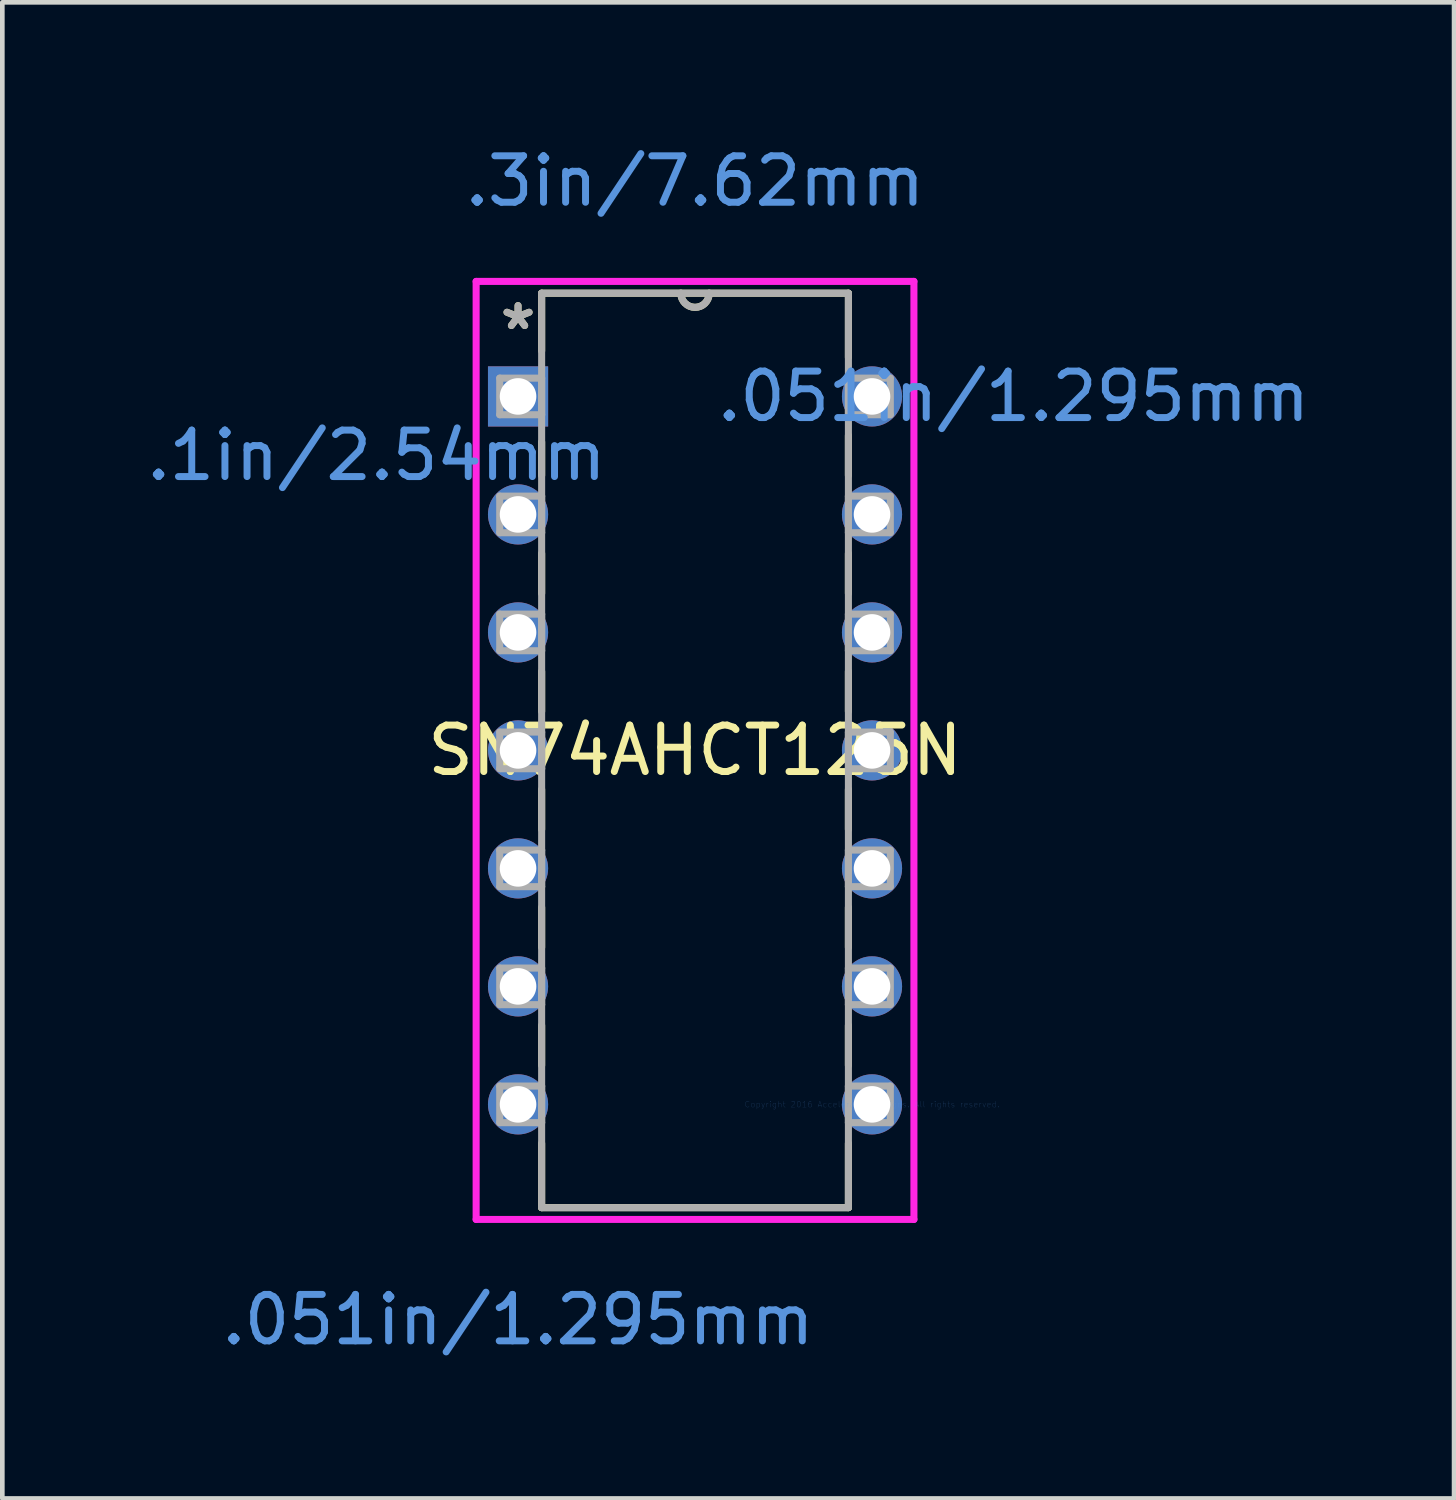
<source format=kicad_pcb>
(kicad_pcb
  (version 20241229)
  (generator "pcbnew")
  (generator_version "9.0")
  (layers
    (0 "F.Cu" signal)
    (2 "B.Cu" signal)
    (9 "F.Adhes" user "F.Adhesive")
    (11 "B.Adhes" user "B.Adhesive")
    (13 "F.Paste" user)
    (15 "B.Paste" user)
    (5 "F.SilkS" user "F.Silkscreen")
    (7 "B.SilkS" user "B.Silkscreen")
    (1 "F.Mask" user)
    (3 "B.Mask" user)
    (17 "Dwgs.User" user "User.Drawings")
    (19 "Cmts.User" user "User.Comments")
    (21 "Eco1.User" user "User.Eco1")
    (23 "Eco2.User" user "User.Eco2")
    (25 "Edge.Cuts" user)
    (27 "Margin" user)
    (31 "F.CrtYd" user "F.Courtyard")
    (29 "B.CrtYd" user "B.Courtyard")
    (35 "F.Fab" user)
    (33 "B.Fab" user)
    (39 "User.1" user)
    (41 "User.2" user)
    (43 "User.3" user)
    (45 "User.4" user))
  (footprint "SN74AHCT125N"
    (layer "F.Cu")
    (at 15.722 20.724)
    (property "Reference" "SN74AHCT125N" (at -3.81 -7.62 0) (layer "F.SilkS") (effects (font (size 1 1) (thickness 0.15))))
    (attr through_hole)
    (fp_line (start -7.112 -17.462) (end -7.112 -16.22) (stroke (width 0.152) (type solid)) (layer "F.SilkS"))
    (fp_line (start -7.112 -14.26) (end -7.112 -13.539) (stroke (width 0.152) (type solid)) (layer "F.SilkS"))
    (fp_line (start -7.112 -11.861) (end -7.112 -10.999) (stroke (width 0.152) (type solid)) (layer "F.SilkS"))
    (fp_line (start -7.112 -9.321) (end -7.112 -8.459) (stroke (width 0.152) (type solid)) (layer "F.SilkS"))
    (fp_line (start -7.112 -6.781) (end -7.112 -5.919) (stroke (width 0.152) (type solid)) (layer "F.SilkS"))
    (fp_line (start -7.112 -4.241) (end -7.112 -3.379) (stroke (width 0.152) (type solid)) (layer "F.SilkS"))
    (fp_line (start -7.112 -1.701) (end -7.112 -0.839) (stroke (width 0.152) (type solid)) (layer "F.SilkS"))
    (fp_line (start -7.112 0.839) (end -7.112 2.223) (stroke (width 0.152) (type solid)) (layer "F.SilkS"))
    (fp_line (start -7.112 2.223) (end -0.508 2.223) (stroke (width 0.152) (type solid)) (layer "F.SilkS"))
    (fp_line (start -0.508 -17.462) (end -7.112 -17.462) (stroke (width 0.152) (type solid)) (layer "F.SilkS"))
    (fp_line (start -0.508 -16.079) (end -0.508 -17.462) (stroke (width 0.152) (type solid)) (layer "F.SilkS"))
    (fp_line (start -0.508 -13.539) (end -0.508 -14.401) (stroke (width 0.152) (type solid)) (layer "F.SilkS"))
    (fp_line (start -0.508 -10.999) (end -0.508 -11.861) (stroke (width 0.152) (type solid)) (layer "F.SilkS"))
    (fp_line (start -0.508 -8.459) (end -0.508 -9.321) (stroke (width 0.152) (type solid)) (layer "F.SilkS"))
    (fp_line (start -0.508 -5.919) (end -0.508 -6.781) (stroke (width 0.152) (type solid)) (layer "F.SilkS"))
    (fp_line (start -0.508 -3.379) (end -0.508 -4.241) (stroke (width 0.152) (type solid)) (layer "F.SilkS"))
    (fp_line (start -0.508 -0.839) (end -0.508 -1.701) (stroke (width 0.152) (type solid)) (layer "F.SilkS"))
    (fp_line (start -0.508 2.223) (end -0.508 0.839) (stroke (width 0.152) (type solid)) (layer "F.SilkS"))
    (fp_arc (start -3.5052 -17.4625) (mid -3.81 -17.1577) (end -4.1148 -17.4625) (stroke (width 0.1524) (type solid)) (layer "F.SilkS"))
    (fp_line (start -8.522 -17.716) (end -8.522 2.477) (stroke (width 0.152) (type solid)) (layer "F.CrtYd"))
    (fp_line (start -8.522 2.477) (end 0.902 2.477) (stroke (width 0.152) (type solid)) (layer "F.CrtYd"))
    (fp_line (start 0.902 -17.716) (end -8.522 -17.716) (stroke (width 0.152) (type solid)) (layer "F.CrtYd"))
    (fp_line (start 0.902 2.477) (end 0.902 -17.716) (stroke (width 0.152) (type solid)) (layer "F.CrtYd"))
    (fp_line (start -8.014 -15.634) (end -8.014 -14.846) (stroke (width 0.152) (type solid)) (layer "F.Fab"))
    (fp_line (start -8.014 -14.846) (end -7.112 -14.846) (stroke (width 0.152) (type solid)) (layer "F.Fab"))
    (fp_line (start -8.014 -13.094) (end -8.014 -12.306) (stroke (width 0.152) (type solid)) (layer "F.Fab"))
    (fp_line (start -8.014 -12.306) (end -7.112 -12.306) (stroke (width 0.152) (type solid)) (layer "F.Fab"))
    (fp_line (start -8.014 -10.554) (end -8.014 -9.766) (stroke (width 0.152) (type solid)) (layer "F.Fab"))
    (fp_line (start -8.014 -9.766) (end -7.112 -9.766) (stroke (width 0.152) (type solid)) (layer "F.Fab"))
    (fp_line (start -8.014 -8.014) (end -8.014 -7.226) (stroke (width 0.152) (type solid)) (layer "F.Fab"))
    (fp_line (start -8.014 -7.226) (end -7.112 -7.226) (stroke (width 0.152) (type solid)) (layer "F.Fab"))
    (fp_line (start -8.014 -5.474) (end -8.014 -4.686) (stroke (width 0.152) (type solid)) (layer "F.Fab"))
    (fp_line (start -8.014 -4.686) (end -7.112 -4.686) (stroke (width 0.152) (type solid)) (layer "F.Fab"))
    (fp_line (start -8.014 -2.934) (end -8.014 -2.146) (stroke (width 0.152) (type solid)) (layer "F.Fab"))
    (fp_line (start -8.014 -2.146) (end -7.112 -2.146) (stroke (width 0.152) (type solid)) (layer "F.Fab"))
    (fp_line (start -8.014 -0.394) (end -8.014 0.394) (stroke (width 0.152) (type solid)) (layer "F.Fab"))
    (fp_line (start -8.014 0.394) (end -7.112 0.394) (stroke (width 0.152) (type solid)) (layer "F.Fab"))
    (fp_line (start -7.112 -17.462) (end -7.112 2.223) (stroke (width 0.152) (type solid)) (layer "F.Fab"))
    (fp_line (start -7.112 -15.634) (end -8.014 -15.634) (stroke (width 0.152) (type solid)) (layer "F.Fab"))
    (fp_line (start -7.112 -14.846) (end -7.112 -15.634) (stroke (width 0.152) (type solid)) (layer "F.Fab"))
    (fp_line (start -7.112 -13.094) (end -8.014 -13.094) (stroke (width 0.152) (type solid)) (layer "F.Fab"))
    (fp_line (start -7.112 -12.306) (end -7.112 -13.094) (stroke (width 0.152) (type solid)) (layer "F.Fab"))
    (fp_line (start -7.112 -10.554) (end -8.014 -10.554) (stroke (width 0.152) (type solid)) (layer "F.Fab"))
    (fp_line (start -7.112 -9.766) (end -7.112 -10.554) (stroke (width 0.152) (type solid)) (layer "F.Fab"))
    (fp_line (start -7.112 -8.014) (end -8.014 -8.014) (stroke (width 0.152) (type solid)) (layer "F.Fab"))
    (fp_line (start -7.112 -7.226) (end -7.112 -8.014) (stroke (width 0.152) (type solid)) (layer "F.Fab"))
    (fp_line (start -7.112 -5.474) (end -8.014 -5.474) (stroke (width 0.152) (type solid)) (layer "F.Fab"))
    (fp_line (start -7.112 -4.686) (end -7.112 -5.474) (stroke (width 0.152) (type solid)) (layer "F.Fab"))
    (fp_line (start -7.112 -2.934) (end -8.014 -2.934) (stroke (width 0.152) (type solid)) (layer "F.Fab"))
    (fp_line (start -7.112 -2.146) (end -7.112 -2.934) (stroke (width 0.152) (type solid)) (layer "F.Fab"))
    (fp_line (start -7.112 -0.394) (end -8.014 -0.394) (stroke (width 0.152) (type solid)) (layer "F.Fab"))
    (fp_line (start -7.112 0.394) (end -7.112 -0.394) (stroke (width 0.152) (type solid)) (layer "F.Fab"))
    (fp_line (start -7.112 2.223) (end -0.508 2.223) (stroke (width 0.152) (type solid)) (layer "F.Fab"))
    (fp_line (start -0.508 -17.462) (end -7.112 -17.462) (stroke (width 0.152) (type solid)) (layer "F.Fab"))
    (fp_line (start -0.508 -15.634) (end -0.508 -14.846) (stroke (width 0.152) (type solid)) (layer "F.Fab"))
    (fp_line (start -0.508 -14.846) (end 0.394 -14.846) (stroke (width 0.152) (type solid)) (layer "F.Fab"))
    (fp_line (start -0.508 -13.094) (end -0.508 -12.306) (stroke (width 0.152) (type solid)) (layer "F.Fab"))
    (fp_line (start -0.508 -12.306) (end 0.394 -12.306) (stroke (width 0.152) (type solid)) (layer "F.Fab"))
    (fp_line (start -0.508 -10.554) (end -0.508 -9.766) (stroke (width 0.152) (type solid)) (layer "F.Fab"))
    (fp_line (start -0.508 -9.766) (end 0.394 -9.766) (stroke (width 0.152) (type solid)) (layer "F.Fab"))
    (fp_line (start -0.508 -8.014) (end -0.508 -7.226) (stroke (width 0.152) (type solid)) (layer "F.Fab"))
    (fp_line (start -0.508 -7.226) (end 0.394 -7.226) (stroke (width 0.152) (type solid)) (layer "F.Fab"))
    (fp_line (start -0.508 -5.474) (end -0.508 -4.686) (stroke (width 0.152) (type solid)) (layer "F.Fab"))
    (fp_line (start -0.508 -4.686) (end 0.394 -4.686) (stroke (width 0.152) (type solid)) (layer "F.Fab"))
    (fp_line (start -0.508 -2.934) (end -0.508 -2.146) (stroke (width 0.152) (type solid)) (layer "F.Fab"))
    (fp_line (start -0.508 -2.146) (end 0.394 -2.146) (stroke (width 0.152) (type solid)) (layer "F.Fab"))
    (fp_line (start -0.508 -0.394) (end -0.508 0.394) (stroke (width 0.152) (type solid)) (layer "F.Fab"))
    (fp_line (start -0.508 0.394) (end 0.394 0.394) (stroke (width 0.152) (type solid)) (layer "F.Fab"))
    (fp_line (start -0.508 2.223) (end -0.508 -17.462) (stroke (width 0.152) (type solid)) (layer "F.Fab"))
    (fp_line (start 0.394 -15.634) (end -0.508 -15.634) (stroke (width 0.152) (type solid)) (layer "F.Fab"))
    (fp_line (start 0.394 -14.846) (end 0.394 -15.634) (stroke (width 0.152) (type solid)) (layer "F.Fab"))
    (fp_line (start 0.394 -13.094) (end -0.508 -13.094) (stroke (width 0.152) (type solid)) (layer "F.Fab"))
    (fp_line (start 0.394 -12.306) (end 0.394 -13.094) (stroke (width 0.152) (type solid)) (layer "F.Fab"))
    (fp_line (start 0.394 -10.554) (end -0.508 -10.554) (stroke (width 0.152) (type solid)) (layer "F.Fab"))
    (fp_line (start 0.394 -9.766) (end 0.394 -10.554) (stroke (width 0.152) (type solid)) (layer "F.Fab"))
    (fp_line (start 0.394 -8.014) (end -0.508 -8.014) (stroke (width 0.152) (type solid)) (layer "F.Fab"))
    (fp_line (start 0.394 -7.226) (end 0.394 -8.014) (stroke (width 0.152) (type solid)) (layer "F.Fab"))
    (fp_line (start 0.394 -5.474) (end -0.508 -5.474) (stroke (width 0.152) (type solid)) (layer "F.Fab"))
    (fp_line (start 0.394 -4.686) (end 0.394 -5.474) (stroke (width 0.152) (type solid)) (layer "F.Fab"))
    (fp_line (start 0.394 -2.934) (end -0.508 -2.934) (stroke (width 0.152) (type solid)) (layer "F.Fab"))
    (fp_line (start 0.394 -2.146) (end 0.394 -2.934) (stroke (width 0.152) (type solid)) (layer "F.Fab"))
    (fp_line (start 0.394 -0.394) (end -0.508 -0.394) (stroke (width 0.152) (type solid)) (layer "F.Fab"))
    (fp_line (start 0.394 0.394) (end 0.394 -0.394) (stroke (width 0.152) (type solid)) (layer "F.Fab"))
    (fp_arc (start -3.5052 -17.4625) (mid -3.81 -17.1577) (end -4.1148 -17.4625) (stroke (width 0.1524) (type solid)) (layer "F.Fab"))
    (fp_text user "*" (at -7.62 -16.65 0) (layer "F.SilkS") (effects (font (size 1 1) (thickness 0.15))))
    (fp_text user ".3in/7.62mm" (at -3.81 -19.875 0) (layer "Cmts.User") (effects (font (size 1 1) (thickness 0.15))))
    (fp_text user ".1in/2.54mm" (at -10.668 -13.97 0) (layer "Cmts.User") (effects (font (size 1 1) (thickness 0.15))))
    (fp_text user "Copyright 2016 Accelerated Designs. All rights reserved." (at 0 0 0) (layer "Cmts.User") (effects (font (size 0.127 0.127) (thickness 0.002))))
    (fp_text user ".051in/1.295mm" (at 3.048 -15.24 0) (layer "Cmts.User") (effects (font (size 1 1) (thickness 0.15))))
    (fp_text user ".051in/1.295mm" (at -7.62 4.636 0) (layer "Cmts.User") (effects (font (size 1 1) (thickness 0.15))))
    (fp_text user "*" (at -7.62 -16.65 0) (layer "F.Fab") (effects (font (size 1 1) (thickness 0.15))))
    (pad "1" thru_hole rect (at -7.62 -15.24) (size 1.295 1.295) (drill 0.787) (layers "*.Cu" "*.Mask"))
    (pad "2" thru_hole circle (at -7.62 -12.7) (size 1.295 1.295) (drill 0.787) (layers "*.Cu" "*.Mask"))
    (pad "3" thru_hole circle (at -7.62 -10.16) (size 1.295 1.295) (drill 0.787) (layers "*.Cu" "*.Mask"))
    (pad "4" thru_hole circle (at -7.62 -7.62) (size 1.295 1.295) (drill 0.787) (layers "*.Cu" "*.Mask"))
    (pad "5" thru_hole circle (at -7.62 -5.08) (size 1.295 1.295) (drill 0.787) (layers "*.Cu" "*.Mask"))
    (pad "6" thru_hole circle (at -7.62 -2.54) (size 1.295 1.295) (drill 0.787) (layers "*.Cu" "*.Mask"))
    (pad "7" thru_hole circle (at -7.62 0) (size 1.295 1.295) (drill 0.787) (layers "*.Cu" "*.Mask"))
    (pad "8" thru_hole circle (at 0 0) (size 1.295 1.295) (drill 0.787) (layers "*.Cu" "*.Mask"))
    (pad "9" thru_hole circle (at 0 -2.54) (size 1.295 1.295) (drill 0.787) (layers "*.Cu" "*.Mask"))
    (pad "10" thru_hole circle (at 0 -5.08) (size 1.295 1.295) (drill 0.787) (layers "*.Cu" "*.Mask"))
    (pad "11" thru_hole circle (at 0 -7.62) (size 1.295 1.295) (drill 0.787) (layers "*.Cu" "*.Mask"))
    (pad "12" thru_hole circle (at 0 -10.16) (size 1.295 1.295) (drill 0.787) (layers "*.Cu" "*.Mask"))
    (pad "13" thru_hole circle (at 0 -12.7) (size 1.295 1.295) (drill 0.787) (layers "*.Cu" "*.Mask"))
    (pad "14" thru_hole circle (at 0 -15.24) (size 1.295 1.295) (drill 0.787) (layers "*.Cu" "*.Mask")))
  (gr_rect
    (start -3 -3)
    (end 28.252 29.207)
    (stroke (width 0.1) (type default))
    (fill no)
    (layer "Edge.Cuts")))
</source>
